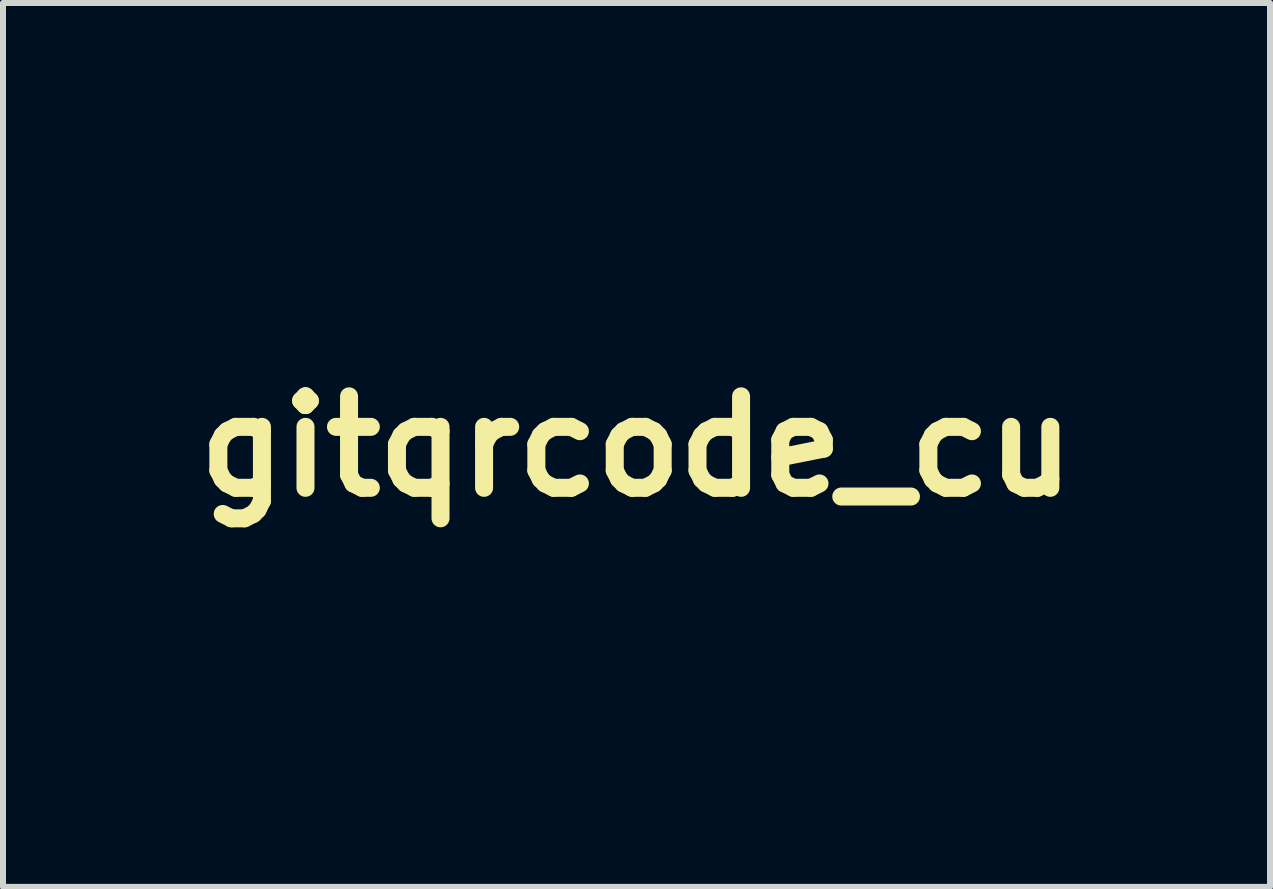
<source format=kicad_pcb>
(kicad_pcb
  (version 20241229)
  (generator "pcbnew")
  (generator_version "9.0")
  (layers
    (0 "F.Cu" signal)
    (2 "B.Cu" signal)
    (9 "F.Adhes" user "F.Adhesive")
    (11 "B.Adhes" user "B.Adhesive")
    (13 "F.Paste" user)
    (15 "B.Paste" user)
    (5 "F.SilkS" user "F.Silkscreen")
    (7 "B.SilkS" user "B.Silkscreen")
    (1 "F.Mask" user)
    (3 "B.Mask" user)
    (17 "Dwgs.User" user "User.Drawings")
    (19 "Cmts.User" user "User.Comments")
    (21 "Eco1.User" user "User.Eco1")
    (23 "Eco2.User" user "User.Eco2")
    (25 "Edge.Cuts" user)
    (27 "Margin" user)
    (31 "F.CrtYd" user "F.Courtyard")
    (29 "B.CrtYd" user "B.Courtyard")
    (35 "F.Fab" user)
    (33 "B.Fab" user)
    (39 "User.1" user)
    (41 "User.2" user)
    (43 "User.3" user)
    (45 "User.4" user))
  (footprint "gitqrcode_cu"
    (layer "F.Cu")
    (at 7.555 4.388)
    (property "Reference" "gitqrcode_cu" (at 0 0 0) (layer "F.SilkS") (effects (font (size 1.524 1.524) (thickness 0.3))))
    (attr through_hole)
    (fp_poly (pts (xy -2.64 -2.64) (xy -3.685 -2.64) (xy -3.685 -3.685) (xy -2.64 -3.685) (xy -2.64 -2.64)) (stroke (width 0.01) (type solid)) (fill yes) (layer "F.Mask"))
    (fp_poly (pts (xy -2.64 3.636) (xy -3.685 3.636) (xy -3.685 2.59) (xy -2.64 2.59) (xy -2.64 3.636)) (stroke (width 0.01) (type solid)) (fill yes) (layer "F.Mask"))
    (fp_poly (pts (xy -1.942 -0.548) (xy -2.64 -0.548) (xy -2.64 -0.896) (xy -1.942 -0.896) (xy -1.942 -0.548)) (stroke (width 0.01) (type solid)) (fill yes) (layer "F.Mask"))
    (fp_poly (pts (xy -0.548 -3.685) (xy -0.896 -3.685) (xy -0.896 -4.383) (xy -0.548 -4.383) (xy -0.548 -3.685)) (stroke (width 0.01) (type solid)) (fill yes) (layer "F.Mask"))
    (fp_poly (pts (xy 0.498 -4.034) (xy -0.199 -4.034) (xy -0.199 -4.383) (xy 0.498 -4.383) (xy 0.498 -4.034)) (stroke (width 0.01) (type solid)) (fill yes) (layer "F.Mask"))
    (fp_poly (pts (xy 0.847 4.333) (xy -0.199 4.333) (xy -0.199 3.984) (xy 0.847 3.984) (xy 0.847 4.333)) (stroke (width 0.01) (type solid)) (fill yes) (layer "F.Mask"))
    (fp_poly (pts (xy 3.636 -2.64) (xy 2.59 -2.64) (xy 2.59 -3.685) (xy 3.636 -3.685) (xy 3.636 -2.64)) (stroke (width 0.01) (type solid)) (fill yes) (layer "F.Mask"))
    (fp_poly (pts (xy -1.942 -1.942) (xy -4.383 -1.942) (xy -4.383 -4.034) (xy -4.034 -4.034) (xy -4.034 -2.291) (xy -2.291 -2.291) (xy -2.291 -4.034) (xy -4.034 -4.034) (xy -4.383 -4.034) (xy -4.383 -4.383) (xy -1.942 -4.383) (xy -1.942 -1.942)) (stroke (width 0.01) (type solid)) (fill yes) (layer "F.Mask"))
    (fp_poly (pts (xy -1.942 4.333) (xy -4.383 4.333) (xy -4.383 2.241) (xy -4.034 2.241) (xy -4.034 3.984) (xy -2.291 3.984) (xy -2.291 2.241) (xy -4.034 2.241) (xy -4.383 2.241) (xy -4.383 1.893) (xy -1.942 1.893) (xy -1.942 4.333)) (stroke (width 0.01) (type solid)) (fill yes) (layer "F.Mask"))
    (fp_poly (pts (xy 4.333 -1.942) (xy 1.893 -1.942) (xy 1.893 -4.034) (xy 2.241 -4.034) (xy 2.241 -2.291) (xy 3.984 -2.291) (xy 3.984 -4.034) (xy 2.241 -4.034) (xy 1.893 -4.034) (xy 1.893 -4.383) (xy 4.333 -4.383) (xy 4.333 -1.942)) (stroke (width 0.01) (type solid)) (fill yes) (layer "F.Mask"))
    (fp_poly (pts (xy -2.64 -1.245) (xy -3.337 -1.245) (xy -3.337 -0.896) (xy -4.034 -0.896) (xy -4.034 -0.722) (xy -4.042 -0.605) (xy -4.085 -0.557) (xy -4.195 -0.548) (xy -4.208 -0.548) (xy -4.383 -0.548) (xy -4.383 -1.594) (xy -2.64 -1.594) (xy -2.64 -1.245)) (stroke (width 0.01) (type solid)) (fill yes) (layer "F.Mask"))
    (fp_poly (pts (xy 0.847 3.287) (xy 1.544 3.287) (xy 1.544 3.461) (xy 1.552 3.578) (xy 1.595 3.626) (xy 1.705 3.636) (xy 1.718 3.636) (xy 1.835 3.643) (xy 1.883 3.687) (xy 1.893 3.797) (xy 1.893 3.81) (xy 1.893 3.984) (xy 0.847 3.984) (xy 0.847 3.287)) (stroke (width 0.01) (type solid)) (fill yes) (layer "F.Mask"))
    (fp_poly (pts (xy -1.303 -4.026) (xy -1.255 -3.983) (xy -1.245 -3.873) (xy -1.245 -3.86) (xy -1.253 -3.743) (xy -1.296 -3.695) (xy -1.406 -3.686) (xy -1.419 -3.685) (xy -1.536 -3.693) (xy -1.584 -3.737) (xy -1.594 -3.847) (xy -1.594 -3.86) (xy -1.586 -3.977) (xy -1.543 -4.025) (xy -1.433 -4.034) (xy -1.419 -4.034) (xy -1.303 -4.026)) (stroke (width 0.01) (type solid)) (fill yes) (layer "F.Mask"))
    (fp_poly (pts (xy -0.605 1.9) (xy -0.557 1.944) (xy -0.548 2.054) (xy -0.548 2.067) (xy -0.556 2.184) (xy -0.599 2.232) (xy -0.709 2.241) (xy -0.722 2.241) (xy -0.839 2.233) (xy -0.887 2.19) (xy -0.896 2.08) (xy -0.896 2.067) (xy -0.889 1.95) (xy -0.845 1.902) (xy -0.735 1.893) (xy -0.722 1.893) (xy -0.605 1.9)) (stroke (width 0.01) (type solid)) (fill yes) (layer "F.Mask"))
    (fp_poly (pts (xy 2.184 1.9) (xy 2.232 1.944) (xy 2.241 2.054) (xy 2.241 2.067) (xy 2.233 2.184) (xy 2.19 2.232) (xy 2.08 2.241) (xy 2.067 2.241) (xy 1.95 2.233) (xy 1.902 2.19) (xy 1.893 2.08) (xy 1.893 2.067) (xy 1.9 1.95) (xy 1.944 1.902) (xy 2.054 1.893) (xy 2.067 1.893) (xy 2.184 1.9)) (stroke (width 0.01) (type solid)) (fill yes) (layer "F.Mask"))
    (fp_poly (pts (xy 3.23 -1.586) (xy 3.277 -1.543) (xy 3.287 -1.433) (xy 3.287 -1.419) (xy 3.279 -1.303) (xy 3.236 -1.255) (xy 3.126 -1.245) (xy 3.113 -1.245) (xy 2.996 -1.253) (xy 2.948 -1.296) (xy 2.938 -1.406) (xy 2.938 -1.419) (xy 2.946 -1.536) (xy 2.99 -1.584) (xy 3.099 -1.594) (xy 3.113 -1.594) (xy 3.23 -1.586)) (stroke (width 0.01) (type solid)) (fill yes) (layer "F.Mask"))
    (fp_poly (pts (xy 1.486 -4.375) (xy 1.534 -4.332) (xy 1.544 -4.222) (xy 1.544 -4.208) (xy 1.536 -4.092) (xy 1.493 -4.044) (xy 1.383 -4.034) (xy 1.37 -4.034) (xy 1.253 -4.026) (xy 1.205 -3.983) (xy 1.195 -3.873) (xy 1.195 -3.86) (xy 1.203 -3.743) (xy 1.247 -3.695) (xy 1.356 -3.686) (xy 1.37 -3.685) (xy 1.486 -3.678) (xy 1.534 -3.634) (xy 1.544 -3.524) (xy 1.544 -3.511) (xy 1.536 -3.394) (xy 1.493 -3.346) (xy 1.383 -3.337) (xy 1.37 -3.337) (xy 1.253 -3.329) (xy 1.205 -3.286) (xy 1.195 -3.176) (xy 1.195 -3.163) (xy 1.203 -3.046) (xy 1.247 -2.998) (xy 1.356 -2.988) (xy 1.37 -2.988) (xy 1.486 -2.981) (xy 1.534 -2.937) (xy 1.544 -2.827) (xy 1.544 -2.814) (xy 1.536 -2.697) (xy 1.493 -2.649) (xy 1.383 -2.64) (xy 1.37 -2.64) (xy 1.253 -2.632) (xy 1.205 -2.588) (xy 1.195 -2.479) (xy 1.195 -2.465) (xy 1.203 -2.348) (xy 1.247 -2.301) (xy 1.356 -2.291) (xy 1.37 -2.291) (xy 1.486 -2.283) (xy 1.534 -2.24) (xy 1.544 -2.13) (xy 1.544 -2.117) (xy 1.536 -2) (xy 1.493 -1.952) (xy 1.383 -1.942) (xy 1.37 -1.942) (xy 1.253 -1.95) (xy 1.205 -1.994) (xy 1.195 -2.103) (xy 1.195 -2.117) (xy 1.188 -2.233) (xy 1.144 -2.281) (xy 1.034 -2.291) (xy 1.021 -2.291) (xy 0.904 -2.283) (xy 0.856 -2.24) (xy 0.847 -2.13) (xy 0.847 -2.117) (xy 0.839 -2) (xy 0.795 -1.952) (xy 0.686 -1.942) (xy 0.672 -1.942) (xy 0.498 -1.942) (xy 0.498 -2.64) (xy 1.195 -2.64) (xy 1.195 -2.988) (xy -0.199 -2.988) (xy -0.199 -3.685) (xy -0.025 -3.685) (xy 0.092 -3.678) (xy 0.14 -3.634) (xy 0.149 -3.524) (xy 0.149 -3.511) (xy 0.157 -3.394) (xy 0.201 -3.346) (xy 0.31 -3.337) (xy 0.324 -3.337) (xy 0.441 -3.345) (xy 0.488 -3.388) (xy 0.498 -3.498) (xy 0.498 -3.511) (xy 0.847 -3.511) (xy 0.854 -3.394) (xy 0.898 -3.346) (xy 1.008 -3.337) (xy 1.021 -3.337) (xy 1.138 -3.345) (xy 1.186 -3.388) (xy 1.195 -3.498) (xy 1.195 -3.511) (xy 1.188 -3.628) (xy 1.144 -3.676) (xy 1.034 -3.685) (xy 1.021 -3.685) (xy 0.904 -3.678) (xy 0.856 -3.634) (xy 0.847 -3.524) (xy 0.847 -3.511) (xy 0.498 -3.511) (xy 0.506 -3.628) (xy 0.549 -3.676) (xy 0.659 -3.685) (xy 0.672 -3.685) (xy 0.789 -3.693) (xy 0.837 -3.737) (xy 0.847 -3.847) (xy 0.847 -3.86) (xy 0.854 -3.977) (xy 0.898 -4.025) (xy 1.008 -4.034) (xy 1.021 -4.034) (xy 1.138 -4.042) (xy 1.186 -4.085) (xy 1.195 -4.195) (xy 1.195 -4.208) (xy 1.203 -4.325) (xy 1.247 -4.373) (xy 1.356 -4.383) (xy 1.37 -4.383) (xy 1.486 -4.375)) (stroke (width 0.01) (type solid)) (fill yes) (layer "F.Mask"))
    (fp_poly (pts (xy 0.672 3.287) (xy 0.556 3.279) (xy 0.508 3.236) (xy 0.498 3.126) (xy 0.498 3.113) (xy 0.49 2.996) (xy 0.447 2.948) (xy 0.337 2.938) (xy 0.324 2.938) (xy 0.207 2.931) (xy 0.159 2.887) (xy 0.149 2.777) (xy 0.149 2.764) (xy 0.149 2.59) (xy -0.548 2.59) (xy -0.548 2.764) (xy -0.54 2.881) (xy -0.497 2.929) (xy -0.387 2.938) (xy -0.374 2.938) (xy -0.257 2.946) (xy -0.209 2.99) (xy -0.199 3.099) (xy -0.199 3.113) (xy -0.199 3.287) (xy -0.896 3.287) (xy -0.896 3.461) (xy -0.889 3.578) (xy -0.845 3.626) (xy -0.735 3.636) (xy -0.722 3.636) (xy -0.605 3.643) (xy -0.557 3.687) (xy -0.548 3.797) (xy -0.548 3.81) (xy -0.556 3.927) (xy -0.599 3.975) (xy -0.709 3.984) (xy -0.722 3.984) (xy -0.839 3.992) (xy -0.887 4.036) (xy -0.896 4.145) (xy -0.896 4.159) (xy -0.896 4.333) (xy -1.594 4.333) (xy -1.594 2.59) (xy -1.419 2.59) (xy -1.303 2.582) (xy -1.255 2.539) (xy -1.245 2.429) (xy -1.245 2.415) (xy -1.253 2.299) (xy -1.296 2.251) (xy -1.406 2.241) (xy -1.419 2.241) (xy -1.594 2.241) (xy -1.594 2.067) (xy -1.245 2.067) (xy -1.237 2.184) (xy -1.194 2.232) (xy -1.084 2.241) (xy -1.071 2.241) (xy -0.954 2.249) (xy -0.906 2.292) (xy -0.896 2.402) (xy -0.896 2.415) (xy -0.889 2.532) (xy -0.845 2.58) (xy -0.735 2.59) (xy -0.722 2.59) (xy -0.605 2.582) (xy -0.557 2.539) (xy -0.548 2.429) (xy -0.548 2.415) (xy -0.54 2.299) (xy -0.497 2.251) (xy -0.387 2.241) (xy -0.374 2.241) (xy -0.199 2.241) (xy -0.199 1.544) (xy 0.149 1.544) (xy 0.149 2.59) (xy 1.195 2.59) (xy 1.195 1.893) (xy 0.498 1.893) (xy 0.498 1.718) (xy 0.49 1.601) (xy 0.447 1.553) (xy 0.337 1.544) (xy 0.324 1.544) (xy 0.149 1.544) (xy -0.199 1.544) (xy -0.896 1.544) (xy -0.896 1.718) (xy -0.904 1.835) (xy -0.948 1.883) (xy -1.058 1.893) (xy -1.071 1.893) (xy -1.188 1.9) (xy -1.236 1.944) (xy -1.245 2.054) (xy -1.245 2.067) (xy -1.594 2.067) (xy -1.594 1.544) (xy -2.291 1.544) (xy -2.291 1.37) (xy -2.299 1.253) (xy -2.342 1.205) (xy -2.452 1.195) (xy -2.465 1.195) (xy -2.582 1.188) (xy -2.63 1.144) (xy -2.64 1.034) (xy -2.64 1.021) (xy -2.291 1.021) (xy -2.283 1.138) (xy -2.24 1.186) (xy -2.13 1.195) (xy -2.117 1.195) (xy -2 1.188) (xy -1.952 1.144) (xy -1.942 1.034) (xy -1.942 1.021) (xy -1.594 1.021) (xy -1.586 1.138) (xy -1.543 1.186) (xy -1.433 1.195) (xy -1.419 1.195) (xy -1.303 1.188) (xy -1.255 1.144) (xy -1.245 1.034) (xy -1.245 1.021) (xy -0.896 1.021) (xy -0.889 1.138) (xy -0.845 1.186) (xy -0.735 1.195) (xy -0.722 1.195) (xy -0.605 1.188) (xy -0.557 1.144) (xy -0.548 1.034) (xy -0.548 1.021) (xy -0.556 0.904) (xy -0.599 0.856) (xy -0.709 0.847) (xy -0.722 0.847) (xy -0.839 0.854) (xy -0.887 0.898) (xy -0.896 1.008) (xy -0.896 1.021) (xy -1.245 1.021) (xy -1.253 0.904) (xy -1.296 0.856) (xy -1.406 0.847) (xy -1.419 0.847) (xy -1.536 0.854) (xy -1.584 0.898) (xy -1.594 1.008) (xy -1.594 1.021) (xy -1.942 1.021) (xy -1.95 0.904) (xy -1.994 0.856) (xy -2.103 0.847) (xy -2.117 0.847) (xy -2.233 0.854) (xy -2.281 0.898) (xy -2.291 1.008) (xy -2.291 1.021) (xy -2.64 1.021) (xy -2.647 0.904) (xy -2.691 0.856) (xy -2.801 0.847) (xy -2.814 0.847) (xy -2.988 0.847) (xy -2.988 1.544) (xy -3.685 1.544) (xy -3.685 1.37) (xy -3.678 1.253) (xy -3.634 1.205) (xy -3.524 1.195) (xy -3.511 1.195) (xy -3.394 1.188) (xy -3.346 1.144) (xy -3.337 1.034) (xy -3.337 1.021) (xy -3.345 0.904) (xy -3.388 0.856) (xy -3.498 0.847) (xy -3.511 0.847) (xy -3.685 0.847) (xy -3.685 0.672) (xy -3.337 0.672) (xy -3.329 0.789) (xy -3.286 0.837) (xy -3.176 0.847) (xy -3.163 0.847) (xy -3.046 0.839) (xy -2.998 0.795) (xy -2.988 0.686) (xy -2.988 0.672) (xy -2.996 0.556) (xy -3.039 0.508) (xy -3.149 0.498) (xy -3.163 0.498) (xy -3.279 0.506) (xy -3.327 0.549) (xy -3.337 0.659) (xy -3.337 0.672) (xy -3.685 0.672) (xy -3.685 0.149) (xy -4.034 0.149) (xy -4.034 1.544) (xy -4.383 1.544) (xy -4.383 -0.199) (xy -3.685 -0.199) (xy -3.685 -0.374) (xy -3.678 -0.49) (xy -3.634 -0.538) (xy -3.524 -0.548) (xy -3.511 -0.548) (xy -3.337 -0.548) (xy -3.337 0.149) (xy -3.163 0.149) (xy -3.046 0.142) (xy -2.998 0.098) (xy -2.988 -0.012) (xy -2.988 -0.025) (xy -2.988 -0.199) (xy -0.548 -0.199) (xy -0.548 0.149) (xy -2.64 0.149) (xy -2.64 0.498) (xy -1.942 0.498) (xy -1.942 0.672) (xy -1.935 0.789) (xy -1.891 0.837) (xy -1.781 0.847) (xy -1.768 0.847) (xy -1.651 0.839) (xy -1.603 0.795) (xy -1.594 0.686) (xy -1.594 0.672) (xy -1.594 0.498) (xy 0.149 0.498) (xy 0.149 0.672) (xy 0.142 0.789) (xy 0.098 0.837) (xy -0.012 0.847) (xy -0.025 0.847) (xy -0.142 0.854) (xy -0.19 0.898) (xy -0.199 1.008) (xy -0.199 1.021) (xy -0.199 1.195) (xy 0.498 1.195) (xy 0.498 1.021) (xy 0.506 0.904) (xy 0.549 0.856) (xy 0.659 0.847) (xy 0.672 0.847) (xy 0.847 0.847) (xy 0.847 1.544) (xy 1.195 1.544) (xy 1.544 1.544) (xy 1.544 2.59) (xy 2.59 2.59) (xy 2.59 2.067) (xy 2.938 2.067) (xy 2.946 2.184) (xy 2.99 2.232) (xy 3.099 2.241) (xy 3.113 2.241) (xy 3.23 2.249) (xy 3.277 2.292) (xy 3.287 2.402) (xy 3.287 2.415) (xy 3.279 2.532) (xy 3.236 2.58) (xy 3.126 2.59) (xy 3.113 2.59) (xy 2.996 2.598) (xy 2.948 2.641) (xy 2.938 2.751) (xy 2.938 2.764) (xy 2.946 2.881) (xy 2.99 2.929) (xy 3.099 2.938) (xy 3.113 2.938) (xy 3.23 2.931) (xy 3.277 2.887) (xy 3.287 2.777) (xy 3.287 2.764) (xy 3.295 2.647) (xy 3.338 2.599) (xy 3.448 2.59) (xy 3.461 2.59) (xy 3.578 2.582) (xy 3.626 2.539) (xy 3.636 2.429) (xy 3.636 2.415) (xy 3.628 2.299) (xy 3.584 2.251) (xy 3.475 2.241) (xy 3.461 2.241) (xy 3.345 2.233) (xy 3.297 2.19) (xy 3.287 2.08) (xy 3.287 2.067) (xy 3.279 1.95) (xy 3.236 1.902) (xy 3.126 1.893) (xy 3.113 1.893) (xy 2.996 1.9) (xy 2.948 1.944) (xy 2.938 2.054) (xy 2.938 2.067) (xy 2.59 2.067) (xy 2.59 1.544) (xy 1.544 1.544) (xy 1.195 1.544) (xy 1.195 1.021) (xy 1.544 1.021) (xy 1.552 1.138) (xy 1.595 1.186) (xy 1.705 1.195) (xy 1.718 1.195) (xy 1.835 1.188) (xy 1.883 1.144) (xy 1.893 1.034) (xy 1.893 1.021) (xy 1.885 0.904) (xy 1.841 0.856) (xy 1.732 0.847) (xy 1.718 0.847) (xy 1.601 0.854) (xy 1.553 0.898) (xy 1.544 1.008) (xy 1.544 1.021) (xy 1.195 1.021) (xy 1.195 0.847) (xy 0.847 0.847) (xy 0.672 0.847) (xy 0.789 0.839) (xy 0.837 0.795) (xy 0.847 0.686) (xy 0.847 0.672) (xy 0.847 0.498) (xy 1.544 0.498) (xy 1.544 0.324) (xy 1.893 0.324) (xy 1.9 0.441) (xy 1.944 0.488) (xy 2.054 0.498) (xy 2.067 0.498) (xy 2.184 0.49) (xy 2.232 0.447) (xy 2.241 0.337) (xy 2.241 0.324) (xy 2.249 0.207) (xy 2.292 0.159) (xy 2.402 0.149) (xy 2.415 0.149) (xy 2.532 0.157) (xy 2.58 0.201) (xy 2.59 0.31) (xy 2.59 0.324) (xy 2.598 0.441) (xy 2.641 0.488) (xy 2.751 0.498) (xy 2.764 0.498) (xy 2.881 0.49) (xy 2.929 0.447) (xy 2.938 0.337) (xy 2.938 0.324) (xy 2.931 0.207) (xy 2.887 0.159) (xy 2.777 0.149) (xy 2.764 0.149) (xy 2.647 0.142) (xy 2.599 0.098) (xy 2.59 -0.012) (xy 2.59 -0.025) (xy 2.582 -0.142) (xy 2.539 -0.19) (xy 2.429 -0.199) (xy 2.415 -0.199) (xy 2.299 -0.192) (xy 2.251 -0.148) (xy 2.241 -0.038) (xy 2.241 -0.025) (xy 2.233 0.092) (xy 2.19 0.14) (xy 2.08 0.149) (xy 2.067 0.149) (xy 1.95 0.157) (xy 1.902 0.201) (xy 1.893 0.31) (xy 1.893 0.324) (xy 1.544 0.324) (xy 1.544 -0.199) (xy 1.37 -0.199) (xy 1.253 -0.207) (xy 1.205 -0.25) (xy 1.195 -0.36) (xy 1.195 -0.374) (xy 1.188 -0.49) (xy 1.144 -0.538) (xy 1.034 -0.548) (xy 1.021 -0.548) (xy 0.904 -0.556) (xy 0.856 -0.599) (xy 0.847 -0.709) (xy 0.847 -0.722) (xy 0.839 -0.839) (xy 0.795 -0.887) (xy 0.686 -0.896) (xy 0.672 -0.896) (xy 0.556 -0.889) (xy 0.508 -0.845) (xy 0.498 -0.735) (xy 0.498 -0.722) (xy 0.49 -0.605) (xy 0.447 -0.557) (xy 0.337 -0.548) (xy 0.324 -0.548) (xy 0.207 -0.54) (xy 0.159 -0.497) (xy 0.149 -0.387) (xy 0.149 -0.374) (xy 0.149 -0.199) (xy 0.847 -0.199) (xy 0.847 0.149) (xy -0.199 0.149) (xy -0.199 -0.548) (xy -0.025 -0.548) (xy 0.092 -0.556) (xy 0.14 -0.599) (xy 0.149 -0.709) (xy 0.149 -0.722) (xy 0.142 -0.839) (xy 0.098 -0.887) (xy -0.012 -0.896) (xy -0.025 -0.896) (xy -0.142 -0.904) (xy -0.19 -0.948) (xy -0.199 -1.058) (xy -0.199 -1.071) (xy 0.847 -1.071) (xy 0.854 -0.954) (xy 0.898 -0.906) (xy 1.008 -0.896) (xy 1.021 -0.896) (xy 1.138 -0.904) (xy 1.186 -0.948) (xy 1.195 -1.058) (xy 1.195 -1.071) (xy 1.188 -1.188) (xy 1.144 -1.236) (xy 1.034 -1.245) (xy 1.021 -1.245) (xy 0.904 -1.237) (xy 0.856 -1.194) (xy 0.847 -1.084) (xy 0.847 -1.071) (xy -0.199 -1.071) (xy -0.207 -1.188) (xy -0.25 -1.236) (xy -0.36 -1.245) (xy -0.374 -1.245) (xy -0.548 -1.245) (xy -0.548 -0.548) (xy -0.896 -0.548) (xy -0.896 -1.245) (xy -1.071 -1.245) (xy -1.188 -1.237) (xy -1.236 -1.194) (xy -1.245 -1.084) (xy -1.245 -1.071) (xy -1.253 -0.954) (xy -1.296 -0.906) (xy -1.406 -0.896) (xy -1.419 -0.896) (xy -1.536 -0.904) (xy -1.584 -0.948) (xy -1.594 -1.058) (xy -1.594 -1.071) (xy -1.594 -1.245) (xy -2.291 -1.245) (xy -2.291 -1.419) (xy -0.896 -1.419) (xy -0.889 -1.303) (xy -0.845 -1.255) (xy -0.735 -1.245) (xy -0.722 -1.245) (xy -0.605 -1.253) (xy -0.557 -1.296) (xy -0.548 -1.406) (xy -0.548 -1.419) (xy -0.556 -1.536) (xy -0.599 -1.584) (xy -0.709 -1.594) (xy -0.722 -1.594) (xy -0.839 -1.586) (xy -0.887 -1.543) (xy -0.896 -1.433) (xy -0.896 -1.419) (xy -2.291 -1.419) (xy -2.291 -1.594) (xy -1.245 -1.594) (xy -1.245 -1.768) (xy -1.253 -1.885) (xy -1.296 -1.933) (xy -1.406 -1.942) (xy -1.419 -1.942) (xy -1.594 -1.942) (xy -1.594 -2.117) (xy -1.245 -2.117) (xy -1.237 -2) (xy -1.194 -1.952) (xy -1.084 -1.942) (xy -1.071 -1.942) (xy -0.954 -1.95) (xy -0.906 -1.994) (xy -0.896 -2.103) (xy -0.896 -2.117) (xy -0.548 -2.117) (xy -0.54 -2) (xy -0.497 -1.952) (xy -0.387 -1.942) (xy -0.374 -1.942) (xy -0.257 -1.95) (xy -0.209 -1.994) (xy -0.199 -2.103) (xy -0.199 -2.117) (xy -0.207 -2.233) (xy -0.25 -2.281) (xy -0.36 -2.291) (xy -0.374 -2.291) (xy -0.49 -2.283) (xy -0.538 -2.24) (xy -0.548 -2.13) (xy -0.548 -2.117) (xy -0.896 -2.117) (xy -0.904 -2.233) (xy -0.948 -2.281) (xy -1.058 -2.291) (xy -1.071 -2.291) (xy -1.188 -2.283) (xy -1.236 -2.24) (xy -1.245 -2.13) (xy -1.245 -2.117) (xy -1.594 -2.117) (xy -1.594 -2.64) (xy -1.419 -2.64) (xy -1.303 -2.647) (xy -1.255 -2.691) (xy -1.245 -2.801) (xy -1.245 -2.814) (xy -1.253 -2.931) (xy -1.296 -2.979) (xy -1.406 -2.988) (xy -1.419 -2.988) (xy -1.536 -2.996) (xy -1.584 -3.039) (xy -1.594 -3.149) (xy -1.594 -3.163) (xy -1.594 -3.337) (xy -0.548 -3.337) (xy -0.548 -3.163) (xy -0.556 -3.046) (xy -0.599 -2.998) (xy -0.709 -2.988) (xy -0.722 -2.988) (xy -0.896 -2.988) (xy -0.896 -2.291) (xy -0.722 -2.291) (xy -0.605 -2.299) (xy -0.557 -2.342) (xy -0.548 -2.452) (xy -0.548 -2.465) (xy -0.548 -2.64) (xy 0.149 -2.64) (xy 0.149 -1.942) (xy -0.199 -1.942) (xy -0.199 -1.245) (xy -0.025 -1.245) (xy 0.092 -1.253) (xy 0.14 -1.296) (xy 0.149 -1.406) (xy 0.149 -1.419) (xy 0.149 -1.594) (xy 1.893 -1.594) (xy 1.893 -1.419) (xy 1.885 -1.303) (xy 1.841 -1.255) (xy 1.732 -1.245) (xy 1.718 -1.245) (xy 1.544 -1.245) (xy 1.544 -0.548) (xy 2.241 -0.548) (xy 2.241 -1.594) (xy 2.59 -1.594) (xy 2.59 -0.896) (xy 3.287 -0.896) (xy 3.287 -0.548) (xy 2.59 -0.548) (xy 2.59 -0.374) (xy 2.598 -0.257) (xy 2.641 -0.209) (xy 2.751 -0.199) (xy 2.764 -0.199) (xy 2.881 -0.192) (xy 2.929 -0.148) (xy 2.938 -0.038) (xy 2.938 -0.025) (xy 2.946 0.092) (xy 2.99 0.14) (xy 3.099 0.149) (xy 3.113 0.149) (xy 3.23 0.142) (xy 3.277 0.098) (xy 3.287 -0.012) (xy 3.287 -0.025) (xy 3.287 -0.199) (xy 3.984 -0.199) (xy 3.984 -0.374) (xy 3.977 -0.49) (xy 3.933 -0.538) (xy 3.823 -0.548) (xy 3.81 -0.548) (xy 3.636 -0.548) (xy 3.636 -1.594) (xy 3.984 -1.594) (xy 3.984 -0.896) (xy 4.333 -0.896) (xy 4.333 0.149) (xy 4.159 0.149) (xy 4.042 0.157) (xy 3.994 0.201) (xy 3.984 0.31) (xy 3.984 0.324) (xy 3.992 0.441) (xy 4.036 0.488) (xy 4.145 0.498) (xy 4.159 0.498) (xy 4.333 0.498) (xy 4.333 1.195) (xy 4.159 1.195) (xy 4.042 1.188) (xy 3.994 1.144) (xy 3.984 1.034) (xy 3.984 1.021) (xy 3.977 0.904) (xy 3.933 0.856) (xy 3.823 0.847) (xy 3.81 0.847) (xy 3.636 0.847) (xy 3.636 0.149) (xy 3.287 0.149) (xy 3.287 0.847) (xy 2.938 0.847) (xy 2.938 1.544) (xy 3.113 1.544) (xy 3.23 1.536) (xy 3.277 1.493) (xy 3.287 1.383) (xy 3.287 1.37) (xy 3.295 1.253) (xy 3.338 1.205) (xy 3.448 1.195) (xy 3.461 1.195) (xy 3.578 1.203) (xy 3.626 1.247) (xy 3.636 1.356) (xy 3.636 1.37) (xy 3.628 1.486) (xy 3.584 1.534) (xy 3.475 1.544) (xy 3.461 1.544) (xy 3.345 1.552) (xy 3.297 1.595) (xy 3.287 1.705) (xy 3.287 1.718) (xy 3.287 1.893) (xy 4.333 1.893) (xy 4.333 2.59) (xy 3.636 2.59) (xy 3.636 2.938) (xy 4.333 2.938) (xy 4.333 4.333) (xy 2.241 4.333) (xy 2.241 3.81) (xy 3.287 3.81) (xy 3.287 3.984) (xy 3.984 3.984) (xy 3.984 3.287) (xy 3.81 3.287) (xy 3.693 3.295) (xy 3.645 3.338) (xy 3.636 3.448) (xy 3.636 3.461) (xy 3.628 3.578) (xy 3.584 3.626) (xy 3.475 3.636) (xy 3.461 3.636) (xy 3.345 3.643) (xy 3.297 3.687) (xy 3.287 3.797) (xy 3.287 3.81) (xy 2.241 3.81) (xy 2.241 3.636) (xy 2.938 3.636) (xy 2.938 3.461) (xy 2.931 3.345) (xy 2.887 3.297) (xy 2.777 3.287) (xy 2.764 3.287) (xy 2.647 3.279) (xy 2.599 3.236) (xy 2.59 3.126) (xy 2.59 3.113) (xy 2.582 2.996) (xy 2.539 2.948) (xy 2.429 2.938) (xy 2.415 2.938) (xy 2.299 2.946) (xy 2.251 2.99) (xy 2.241 3.099) (xy 2.241 3.113) (xy 2.233 3.23) (xy 2.19 3.277) (xy 2.08 3.287) (xy 2.067 3.287) (xy 1.95 3.279) (xy 1.902 3.236) (xy 1.893 3.126) (xy 1.893 3.113) (xy 1.893 2.938) (xy 0.847 2.938) (xy 0.847 3.287) (xy 0.672 3.287)) (stroke (width 0.01) (type solid)) (fill yes) (layer "F.Mask")))
  (gr_rect
    (start -3 -3)
    (end 18.109 11.726)
    (stroke (width 0.1) (type default))
    (fill no)
    (layer "Edge.Cuts")))
</source>
